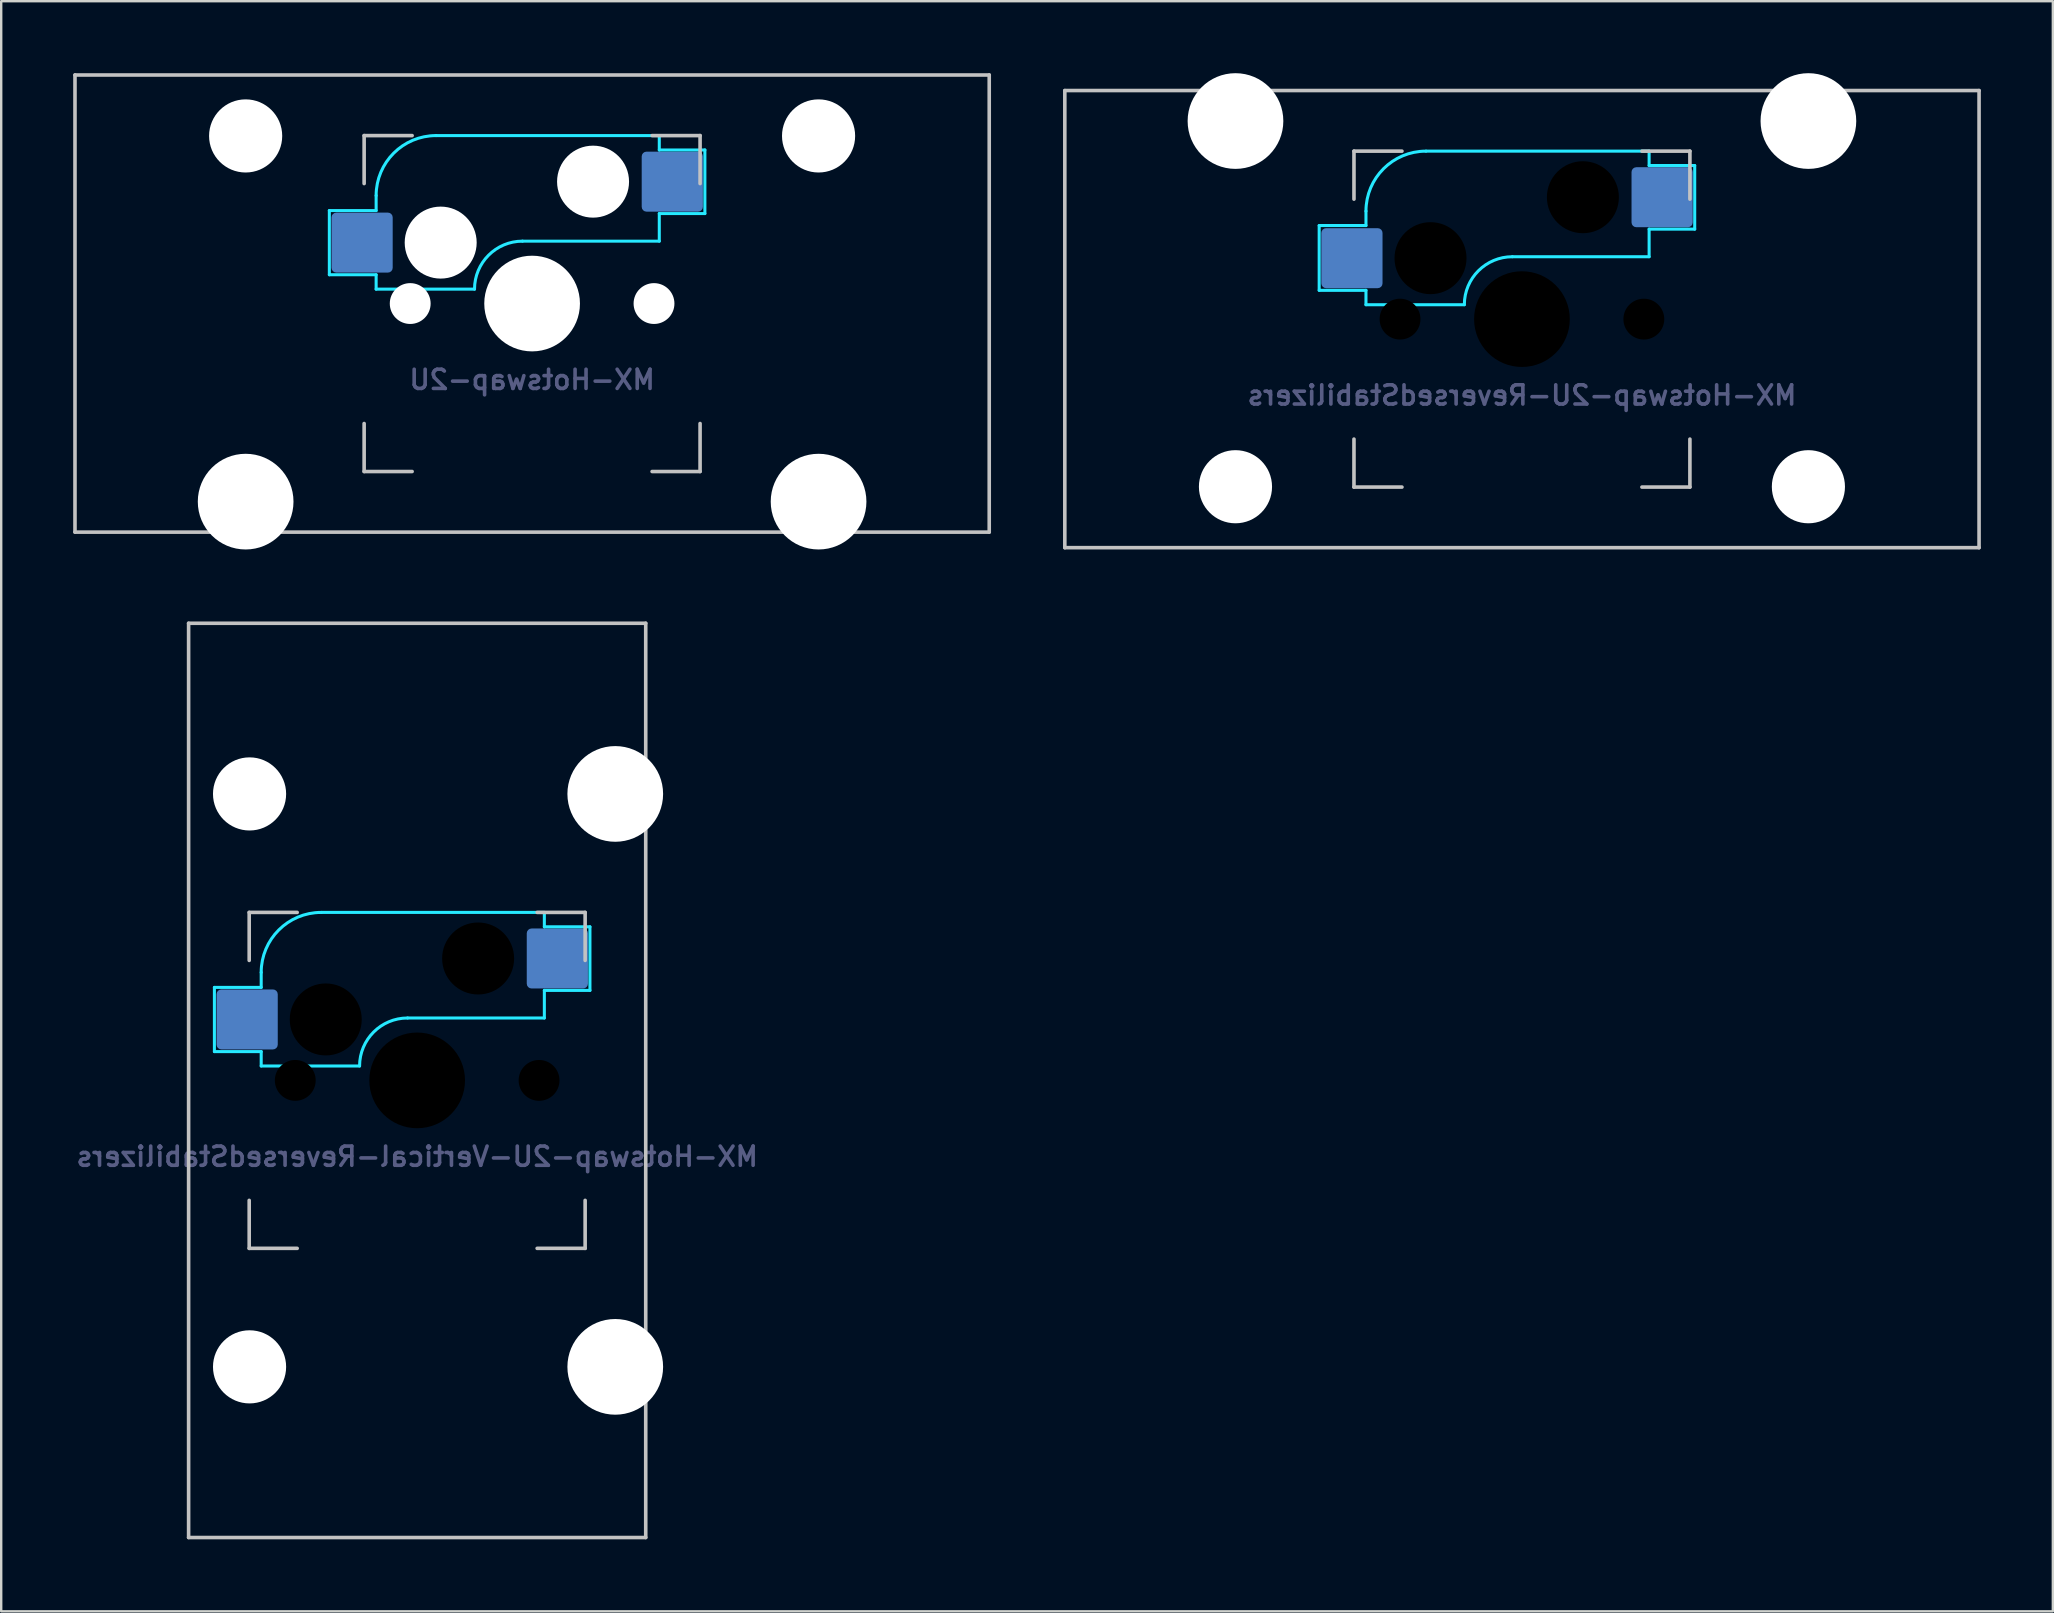
<source format=kicad_pcb>
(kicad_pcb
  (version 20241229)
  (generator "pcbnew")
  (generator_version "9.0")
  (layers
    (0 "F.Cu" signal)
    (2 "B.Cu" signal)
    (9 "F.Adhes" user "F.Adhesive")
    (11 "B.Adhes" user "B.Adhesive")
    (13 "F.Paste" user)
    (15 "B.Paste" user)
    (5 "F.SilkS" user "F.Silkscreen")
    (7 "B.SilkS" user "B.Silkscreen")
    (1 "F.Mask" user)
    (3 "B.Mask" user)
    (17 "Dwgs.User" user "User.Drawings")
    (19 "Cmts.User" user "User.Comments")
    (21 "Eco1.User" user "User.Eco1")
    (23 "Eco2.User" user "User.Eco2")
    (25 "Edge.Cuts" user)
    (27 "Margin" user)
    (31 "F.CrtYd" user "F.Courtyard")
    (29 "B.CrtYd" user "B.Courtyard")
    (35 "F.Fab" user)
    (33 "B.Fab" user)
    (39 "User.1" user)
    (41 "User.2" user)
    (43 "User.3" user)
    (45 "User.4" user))
  (footprint "MX-Hotswap-2U"
    (layer "F.Cu")
    (at 19.125 9.6)
    (property "Reference" "MX-Hotswap-2U" (at 0 3.175 0) (layer "B.Fab") (effects (font (size 0.8 0.8) (thickness 0.15)) (justify mirror)))
    (attr smd)
    (fp_line (start -19.05 9.525) (end -19.05 -9.525) (stroke (width 0.15) (type solid)) (layer "Dwgs.User"))
    (fp_line (start -7 -7) (end -7 -5) (stroke (width 0.15) (type solid)) (layer "Dwgs.User"))
    (fp_line (start -7 5) (end -7 7) (stroke (width 0.15) (type solid)) (layer "Dwgs.User"))
    (fp_line (start -7 7) (end -5 7) (stroke (width 0.15) (type solid)) (layer "Dwgs.User"))
    (fp_line (start -5 -7) (end -7 -7) (stroke (width 0.15) (type solid)) (layer "Dwgs.User"))
    (fp_line (start 5 -7) (end 7 -7) (stroke (width 0.15) (type solid)) (layer "Dwgs.User"))
    (fp_line (start 5 7) (end 7 7) (stroke (width 0.15) (type solid)) (layer "Dwgs.User"))
    (fp_line (start 7 -7) (end 7 -5) (stroke (width 0.15) (type solid)) (layer "Dwgs.User"))
    (fp_line (start 7 7) (end 7 5) (stroke (width 0.15) (type solid)) (layer "Dwgs.User"))
    (fp_line (start 19.05 -9.525) (end -19.05 -9.525) (stroke (width 0.15) (type solid)) (layer "Dwgs.User"))
    (fp_line (start 19.05 9.525) (end -19.05 9.525) (stroke (width 0.15) (type solid)) (layer "Dwgs.User"))
    (fp_line (start 19.05 9.525) (end 19.05 -9.525) (stroke (width 0.15) (type solid)) (layer "Dwgs.User"))
    (fp_line (start -8.45 -3.875) (end -8.45 -1.2) (stroke (width 0.127) (type solid)) (layer "B.CrtYd"))
    (fp_line (start -8.45 -1.2) (end -6.5 -1.2) (stroke (width 0.127) (type solid)) (layer "B.CrtYd"))
    (fp_line (start -6.5 -4.5) (end -6.5 -3.875) (stroke (width 0.127) (type solid)) (layer "B.CrtYd"))
    (fp_line (start -6.5 -3.875) (end -8.45 -3.875) (stroke (width 0.127) (type solid)) (layer "B.CrtYd"))
    (fp_line (start -6.5 -0.6) (end -6.5 -1.2) (stroke (width 0.127) (type solid)) (layer "B.CrtYd"))
    (fp_line (start -6.5 -0.6) (end -2.4 -0.6) (stroke (width 0.127) (type solid)) (layer "B.CrtYd"))
    (fp_line (start -0.4 -2.6) (end 5.3 -2.6) (stroke (width 0.127) (type solid)) (layer "B.CrtYd"))
    (fp_line (start 5.3 -7) (end -4 -7) (stroke (width 0.127) (type solid)) (layer "B.CrtYd"))
    (fp_line (start 5.3 -7) (end 5.3 -6.4) (stroke (width 0.127) (type solid)) (layer "B.CrtYd"))
    (fp_line (start 5.3 -6.4) (end 7.2 -6.4) (stroke (width 0.127) (type solid)) (layer "B.CrtYd"))
    (fp_line (start 5.3 -2.6) (end 5.3 -3.75) (stroke (width 0.127) (type solid)) (layer "B.CrtYd"))
    (fp_line (start 7.2 -6.4) (end 7.2 -3.75) (stroke (width 0.127) (type solid)) (layer "B.CrtYd"))
    (fp_line (start 7.2 -3.75) (end 5.3 -3.75) (stroke (width 0.127) (type solid)) (layer "B.CrtYd"))
    (fp_arc (start -6.5 -4.5) (mid -5.767767 -6.267767) (end -4 -7) (stroke (width 0.127) (type solid)) (layer "B.CrtYd"))
    (fp_arc (start -2.4 -0.6) (mid -1.814214 -2.014214) (end -0.4 -2.6) (stroke (width 0.127) (type solid)) (layer "B.CrtYd"))
    (pad "" np_thru_hole circle (at -11.938 -6.985) (size 3.048 3.048) (drill 3.048) (layers "*.Cu" "*.Mask"))
    (pad "" np_thru_hole circle (at -11.938 8.255) (size 3.988 3.988) (drill 3.988) (layers "*.Cu" "*.Mask"))
    (pad "" np_thru_hole circle (at -5.08 0 48.099) (size 1.702 1.702) (drill 1.702) (layers "*.Cu" "*.Mask"))
    (pad "" np_thru_hole circle (at -3.81 -2.54) (size 3 3) (drill 3) (layers "*.Cu" "*.Mask"))
    (pad "" np_thru_hole circle (at 0 0) (size 3.988 3.988) (drill 3.988) (layers "*.Cu" "*.Mask"))
    (pad "" np_thru_hole circle (at 2.54 -5.08) (size 3 3) (drill 3) (layers "*.Cu" "*.Mask"))
    (pad "" np_thru_hole circle (at 5.08 0 48.099) (size 1.702 1.702) (drill 1.702) (layers "*.Cu" "*.Mask"))
    (pad "" np_thru_hole circle (at 11.938 -6.985) (size 3.048 3.048) (drill 3.048) (layers "*.Cu" "*.Mask"))
    (pad "" np_thru_hole circle (at 11.938 8.255) (size 3.988 3.988) (drill 3.988) (layers "*.Cu" "*.Mask"))
    (pad "1" smd roundrect (at -7.085 -2.54) (size 2.55 2.5) (layers "B.Cu" "B.Mask" "B.Paste") (roundrect_rratio 0.08))
    (pad "2" smd roundrect (at 5.842 -5.08) (size 2.55 2.5) (layers "B.Cu" "B.Mask" "B.Paste") (roundrect_rratio 0.08)))
  (footprint "MX-Hotswap-2U-Vertical-ReversedStabilizers"
    (layer "F.Cu")
    (at 14.335 41.974)
    (property "Reference" "MX-Hotswap-2U-Vertical-ReversedStabilizers" (at 0 3.175 0) (layer "B.Fab") (effects (font (size 0.8 0.8) (thickness 0.15)) (justify mirror)))
    (attr smd)
    (fp_line (start -9.525 19.05) (end -9.525 -19.05) (stroke (width 0.15) (type solid)) (layer "Dwgs.User"))
    (fp_line (start -7 -7) (end -7 -5) (stroke (width 0.15) (type solid)) (layer "Dwgs.User"))
    (fp_line (start -7 5) (end -7 7) (stroke (width 0.15) (type solid)) (layer "Dwgs.User"))
    (fp_line (start -7 7) (end -5 7) (stroke (width 0.15) (type solid)) (layer "Dwgs.User"))
    (fp_line (start -5 -7) (end -7 -7) (stroke (width 0.15) (type solid)) (layer "Dwgs.User"))
    (fp_line (start 5 -7) (end 7 -7) (stroke (width 0.15) (type solid)) (layer "Dwgs.User"))
    (fp_line (start 5 7) (end 7 7) (stroke (width 0.15) (type solid)) (layer "Dwgs.User"))
    (fp_line (start 7 -7) (end 7 -5) (stroke (width 0.15) (type solid)) (layer "Dwgs.User"))
    (fp_line (start 7 7) (end 7 5) (stroke (width 0.15) (type solid)) (layer "Dwgs.User"))
    (fp_line (start 9.525 -19.05) (end -9.525 -19.05) (stroke (width 0.15) (type solid)) (layer "Dwgs.User"))
    (fp_line (start 9.525 19.05) (end -9.525 19.05) (stroke (width 0.15) (type solid)) (layer "Dwgs.User"))
    (fp_line (start 9.525 19.05) (end 9.525 -19.05) (stroke (width 0.15) (type solid)) (layer "Dwgs.User"))
    (fp_line (start -8.45 -3.875) (end -8.45 -1.2) (stroke (width 0.127) (type solid)) (layer "B.CrtYd"))
    (fp_line (start -8.45 -1.2) (end -6.5 -1.2) (stroke (width 0.127) (type solid)) (layer "B.CrtYd"))
    (fp_line (start -6.5 -4.5) (end -6.5 -3.875) (stroke (width 0.127) (type solid)) (layer "B.CrtYd"))
    (fp_line (start -6.5 -3.875) (end -8.45 -3.875) (stroke (width 0.127) (type solid)) (layer "B.CrtYd"))
    (fp_line (start -6.5 -0.6) (end -6.5 -1.2) (stroke (width 0.127) (type solid)) (layer "B.CrtYd"))
    (fp_line (start -6.5 -0.6) (end -2.4 -0.6) (stroke (width 0.127) (type solid)) (layer "B.CrtYd"))
    (fp_line (start -0.4 -2.6) (end 5.3 -2.6) (stroke (width 0.127) (type solid)) (layer "B.CrtYd"))
    (fp_line (start 5.3 -7) (end -4 -7) (stroke (width 0.127) (type solid)) (layer "B.CrtYd"))
    (fp_line (start 5.3 -7) (end 5.3 -6.4) (stroke (width 0.127) (type solid)) (layer "B.CrtYd"))
    (fp_line (start 5.3 -6.4) (end 7.2 -6.4) (stroke (width 0.127) (type solid)) (layer "B.CrtYd"))
    (fp_line (start 5.3 -2.6) (end 5.3 -3.75) (stroke (width 0.127) (type solid)) (layer "B.CrtYd"))
    (fp_line (start 7.2 -6.4) (end 7.2 -3.75) (stroke (width 0.127) (type solid)) (layer "B.CrtYd"))
    (fp_line (start 7.2 -3.75) (end 5.3 -3.75) (stroke (width 0.127) (type solid)) (layer "B.CrtYd"))
    (fp_arc (start -6.5 -4.5) (mid -5.767767 -6.267767) (end -4 -7) (stroke (width 0.127) (type solid)) (layer "B.CrtYd"))
    (fp_arc (start -2.4 -0.6) (mid -1.814214 -2.014214) (end -0.4 -2.6) (stroke (width 0.127) (type solid)) (layer "B.CrtYd"))
    (pad "" np_thru_hole circle (at -6.985 -11.938) (size 3.048 3.048) (drill 3.048) (layers "*.Cu" "*.Mask"))
    (pad "" np_thru_hole circle (at -6.985 11.938) (size 3.048 3.048) (drill 3.048) (layers "*.Cu" "*.Mask"))
    (pad "" np_thru_hole circle (at -5.08 0 48.099) (size 1.702 1.702) (drill 1.702) (layers "*.Mask"))
    (pad "" np_thru_hole circle (at -3.81 -2.54) (size 3 3) (drill 3) (layers "*.Mask"))
    (pad "" np_thru_hole circle (at 0 0) (size 3.988 3.988) (drill 3.988) (layers "*.Mask"))
    (pad "" np_thru_hole circle (at 2.54 -5.08) (size 3 3) (drill 3) (layers "*.Mask"))
    (pad "" np_thru_hole circle (at 5.08 0 48.099) (size 1.702 1.702) (drill 1.702) (layers "*.Mask"))
    (pad "" np_thru_hole circle (at 8.255 -11.938) (size 3.988 3.988) (drill 3.988) (layers "*.Cu" "*.Mask"))
    (pad "" np_thru_hole circle (at 8.255 11.938) (size 3.988 3.988) (drill 3.988) (layers "*.Cu" "*.Mask"))
    (pad "1" smd roundrect (at -7.085 -2.54) (size 2.55 2.5) (layers "B.Cu" "B.Mask" "B.Paste") (roundrect_rratio 0.08))
    (pad "2" smd roundrect (at 5.842 -5.08) (size 2.55 2.5) (layers "B.Cu" "B.Mask" "B.Paste") (roundrect_rratio 0.08)))
  (footprint "MX-Hotswap-2U-ReversedStabilizers"
    (layer "F.Cu")
    (at 60.375 10.249)
    (property "Reference" "MX-Hotswap-2U-ReversedStabilizers" (at 0 3.175 0) (layer "B.Fab") (effects (font (size 0.8 0.8) (thickness 0.15)) (justify mirror)))
    (attr smd)
    (fp_line (start -19.05 9.525) (end -19.05 -9.525) (stroke (width 0.15) (type solid)) (layer "Dwgs.User"))
    (fp_line (start -7 -7) (end -7 -5) (stroke (width 0.15) (type solid)) (layer "Dwgs.User"))
    (fp_line (start -7 5) (end -7 7) (stroke (width 0.15) (type solid)) (layer "Dwgs.User"))
    (fp_line (start -7 7) (end -5 7) (stroke (width 0.15) (type solid)) (layer "Dwgs.User"))
    (fp_line (start -5 -7) (end -7 -7) (stroke (width 0.15) (type solid)) (layer "Dwgs.User"))
    (fp_line (start 5 -7) (end 7 -7) (stroke (width 0.15) (type solid)) (layer "Dwgs.User"))
    (fp_line (start 5 7) (end 7 7) (stroke (width 0.15) (type solid)) (layer "Dwgs.User"))
    (fp_line (start 7 -7) (end 7 -5) (stroke (width 0.15) (type solid)) (layer "Dwgs.User"))
    (fp_line (start 7 7) (end 7 5) (stroke (width 0.15) (type solid)) (layer "Dwgs.User"))
    (fp_line (start 19.05 -9.525) (end -19.05 -9.525) (stroke (width 0.15) (type solid)) (layer "Dwgs.User"))
    (fp_line (start 19.05 9.525) (end -19.05 9.525) (stroke (width 0.15) (type solid)) (layer "Dwgs.User"))
    (fp_line (start 19.05 9.525) (end 19.05 -9.525) (stroke (width 0.15) (type solid)) (layer "Dwgs.User"))
    (fp_line (start -8.45 -3.9) (end -8.45 -1.2) (stroke (width 0.127) (type solid)) (layer "B.CrtYd"))
    (fp_line (start -8.45 -1.2) (end -6.5 -1.2) (stroke (width 0.127) (type solid)) (layer "B.CrtYd"))
    (fp_line (start -6.5 -4.5) (end -6.5 -3.9) (stroke (width 0.127) (type solid)) (layer "B.CrtYd"))
    (fp_line (start -6.5 -3.9) (end -8.45 -3.9) (stroke (width 0.127) (type solid)) (layer "B.CrtYd"))
    (fp_line (start -6.5 -0.6) (end -6.5 -1.2) (stroke (width 0.127) (type solid)) (layer "B.CrtYd"))
    (fp_line (start -6.5 -0.6) (end -2.4 -0.6) (stroke (width 0.127) (type solid)) (layer "B.CrtYd"))
    (fp_line (start -0.4 -2.6) (end 5.3 -2.6) (stroke (width 0.127) (type solid)) (layer "B.CrtYd"))
    (fp_line (start 5.3 -7) (end -4 -7) (stroke (width 0.127) (type solid)) (layer "B.CrtYd"))
    (fp_line (start 5.3 -7) (end 5.3 -6.4) (stroke (width 0.127) (type solid)) (layer "B.CrtYd"))
    (fp_line (start 5.3 -6.4) (end 7.2 -6.4) (stroke (width 0.127) (type solid)) (layer "B.CrtYd"))
    (fp_line (start 5.3 -2.6) (end 5.3 -3.75) (stroke (width 0.127) (type solid)) (layer "B.CrtYd"))
    (fp_line (start 7.2 -6.4) (end 7.2 -3.75) (stroke (width 0.127) (type solid)) (layer "B.CrtYd"))
    (fp_line (start 7.2 -3.75) (end 5.3 -3.75) (stroke (width 0.127) (type solid)) (layer "B.CrtYd"))
    (fp_arc (start -6.5 -4.5) (mid -5.767767 -6.267767) (end -4 -7) (stroke (width 0.127) (type solid)) (layer "B.CrtYd"))
    (fp_arc (start -2.4 -0.6) (mid -1.814214 -2.014214) (end -0.4 -2.6) (stroke (width 0.127) (type solid)) (layer "B.CrtYd"))
    (pad "" np_thru_hole circle (at -11.938 -8.255) (size 3.988 3.988) (drill 3.988) (layers "*.Cu" "*.Mask"))
    (pad "" np_thru_hole circle (at -11.938 6.985) (size 3.048 3.048) (drill 3.048) (layers "*.Cu" "*.Mask"))
    (pad "" np_thru_hole circle (at -5.08 0 48.099) (size 1.702 1.702) (drill 1.702) (layers "*.Mask"))
    (pad "" np_thru_hole circle (at -3.81 -2.54) (size 3 3) (drill 3) (layers "*.Mask"))
    (pad "" np_thru_hole circle (at 0 0) (size 3.988 3.988) (drill 3.988) (layers "*.Mask"))
    (pad "" np_thru_hole circle (at 2.54 -5.08) (size 3 3) (drill 3) (layers "*.Mask"))
    (pad "" np_thru_hole circle (at 5.08 0 48.099) (size 1.702 1.702) (drill 1.702) (layers "*.Mask"))
    (pad "" np_thru_hole circle (at 11.938 -8.255) (size 3.988 3.988) (drill 3.988) (layers "*.Cu" "*.Mask"))
    (pad "" np_thru_hole circle (at 11.938 6.985) (size 3.048 3.048) (drill 3.048) (layers "*.Cu" "*.Mask"))
    (pad "1" smd roundrect (at -7.085 -2.54) (size 2.55 2.5) (layers "B.Cu" "B.Mask" "B.Paste") (roundrect_rratio 0.08))
    (pad "2" smd roundrect (at 5.842 -5.08) (size 2.55 2.5) (layers "B.Cu" "B.Mask" "B.Paste") (roundrect_rratio 0.08)))
  (gr_rect
    (start -3 -3)
    (end 82.5 64.099)
    (stroke (width 0.1) (type default))
    (fill no)
    (layer "Edge.Cuts")))
</source>
